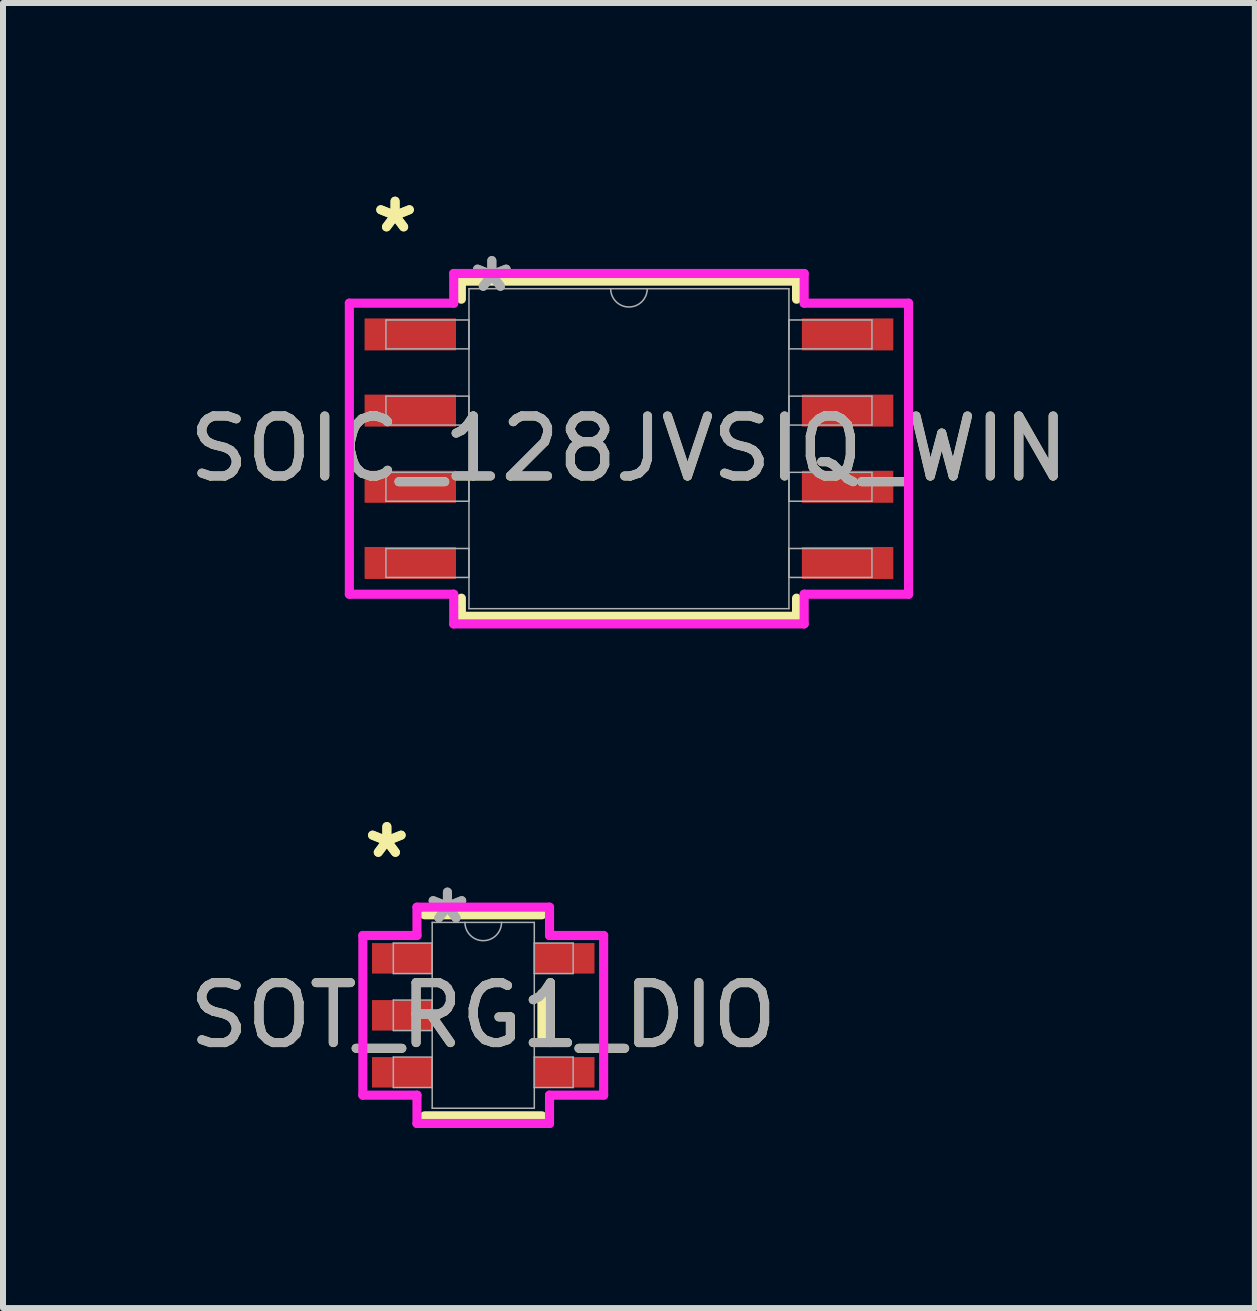
<source format=kicad_pcb>
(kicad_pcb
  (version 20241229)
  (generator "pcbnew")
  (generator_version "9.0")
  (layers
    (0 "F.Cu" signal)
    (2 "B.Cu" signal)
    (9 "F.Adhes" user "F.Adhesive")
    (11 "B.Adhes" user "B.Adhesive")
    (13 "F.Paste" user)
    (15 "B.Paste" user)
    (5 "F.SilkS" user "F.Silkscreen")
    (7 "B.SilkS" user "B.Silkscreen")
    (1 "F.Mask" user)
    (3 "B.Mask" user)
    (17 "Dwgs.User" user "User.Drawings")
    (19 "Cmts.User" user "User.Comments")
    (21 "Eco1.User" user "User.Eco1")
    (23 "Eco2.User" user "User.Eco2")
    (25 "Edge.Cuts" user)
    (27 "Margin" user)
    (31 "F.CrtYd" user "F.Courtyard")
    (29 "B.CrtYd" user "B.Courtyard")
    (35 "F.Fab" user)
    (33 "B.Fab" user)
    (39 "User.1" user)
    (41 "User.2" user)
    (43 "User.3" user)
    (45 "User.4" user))
  (footprint "SOT_RG1_DIO"
    (layer "F.Cu")
    (at 5.006 13.876)
    (property "Reference" "SOT_RG1_DIO" (at 0 0 0) (unlocked yes) (layer "F.SilkS") (effects (font (size 1 1) (thickness 0.15))))
    (attr smd)
    (fp_line (start -0.978 1.676) (end 0.978 1.676) (stroke (width 0.152) (type solid)) (layer "F.SilkS"))
    (fp_line (start 0.978 -1.676) (end -0.978 -1.676) (stroke (width 0.152) (type solid)) (layer "F.SilkS"))
    (fp_line (start 0.978 0.363) (end 0.978 -0.363) (stroke (width 0.152) (type solid)) (layer "F.SilkS"))
    (fp_line (start -2.007 -1.331) (end -1.105 -1.331) (stroke (width 0.152) (type solid)) (layer "F.CrtYd"))
    (fp_line (start -2.007 1.331) (end -2.007 -1.331) (stroke (width 0.152) (type solid)) (layer "F.CrtYd"))
    (fp_line (start -1.105 -1.803) (end 1.105 -1.803) (stroke (width 0.152) (type solid)) (layer "F.CrtYd"))
    (fp_line (start -1.105 -1.331) (end -1.105 -1.803) (stroke (width 0.152) (type solid)) (layer "F.CrtYd"))
    (fp_line (start -1.105 1.331) (end -2.007 1.331) (stroke (width 0.152) (type solid)) (layer "F.CrtYd"))
    (fp_line (start -1.105 1.803) (end -1.105 1.331) (stroke (width 0.152) (type solid)) (layer "F.CrtYd"))
    (fp_line (start 1.105 -1.803) (end 1.105 -1.331) (stroke (width 0.152) (type solid)) (layer "F.CrtYd"))
    (fp_line (start 1.105 -1.331) (end 2.007 -1.331) (stroke (width 0.152) (type solid)) (layer "F.CrtYd"))
    (fp_line (start 1.105 1.331) (end 1.105 1.803) (stroke (width 0.152) (type solid)) (layer "F.CrtYd"))
    (fp_line (start 1.105 1.803) (end -1.105 1.803) (stroke (width 0.152) (type solid)) (layer "F.CrtYd"))
    (fp_line (start 2.007 -1.331) (end 2.007 1.331) (stroke (width 0.152) (type solid)) (layer "F.CrtYd"))
    (fp_line (start 2.007 1.331) (end 1.105 1.331) (stroke (width 0.152) (type solid)) (layer "F.CrtYd"))
    (fp_line (start -1.499 -1.204) (end -1.499 -0.696) (stroke (width 0.025) (type solid)) (layer "F.Fab"))
    (fp_line (start -1.499 -0.696) (end -0.851 -0.696) (stroke (width 0.025) (type solid)) (layer "F.Fab"))
    (fp_line (start -1.499 -0.254) (end -1.499 0.254) (stroke (width 0.025) (type solid)) (layer "F.Fab"))
    (fp_line (start -1.499 0.254) (end -0.851 0.254) (stroke (width 0.025) (type solid)) (layer "F.Fab"))
    (fp_line (start -1.499 0.696) (end -1.499 1.204) (stroke (width 0.025) (type solid)) (layer "F.Fab"))
    (fp_line (start -1.499 1.204) (end -0.851 1.204) (stroke (width 0.025) (type solid)) (layer "F.Fab"))
    (fp_line (start -0.851 -1.549) (end -0.851 1.549) (stroke (width 0.025) (type solid)) (layer "F.Fab"))
    (fp_line (start -0.851 -1.204) (end -1.499 -1.204) (stroke (width 0.025) (type solid)) (layer "F.Fab"))
    (fp_line (start -0.851 -0.696) (end -0.851 -1.204) (stroke (width 0.025) (type solid)) (layer "F.Fab"))
    (fp_line (start -0.851 -0.254) (end -1.499 -0.254) (stroke (width 0.025) (type solid)) (layer "F.Fab"))
    (fp_line (start -0.851 0.254) (end -0.851 -0.254) (stroke (width 0.025) (type solid)) (layer "F.Fab"))
    (fp_line (start -0.851 0.696) (end -1.499 0.696) (stroke (width 0.025) (type solid)) (layer "F.Fab"))
    (fp_line (start -0.851 1.204) (end -0.851 0.696) (stroke (width 0.025) (type solid)) (layer "F.Fab"))
    (fp_line (start -0.851 1.549) (end 0.851 1.549) (stroke (width 0.025) (type solid)) (layer "F.Fab"))
    (fp_line (start 0.851 -1.549) (end -0.851 -1.549) (stroke (width 0.025) (type solid)) (layer "F.Fab"))
    (fp_line (start 0.851 -1.204) (end 0.851 -0.696) (stroke (width 0.025) (type solid)) (layer "F.Fab"))
    (fp_line (start 0.851 -0.696) (end 1.499 -0.696) (stroke (width 0.025) (type solid)) (layer "F.Fab"))
    (fp_line (start 0.851 0.696) (end 0.851 1.204) (stroke (width 0.025) (type solid)) (layer "F.Fab"))
    (fp_line (start 0.851 1.204) (end 1.499 1.204) (stroke (width 0.025) (type solid)) (layer "F.Fab"))
    (fp_line (start 0.851 1.549) (end 0.851 -1.549) (stroke (width 0.025) (type solid)) (layer "F.Fab"))
    (fp_line (start 1.499 -1.204) (end 0.851 -1.204) (stroke (width 0.025) (type solid)) (layer "F.Fab"))
    (fp_line (start 1.499 -0.696) (end 1.499 -1.204) (stroke (width 0.025) (type solid)) (layer "F.Fab"))
    (fp_line (start 1.499 0.696) (end 0.851 0.696) (stroke (width 0.025) (type solid)) (layer "F.Fab"))
    (fp_line (start 1.499 1.204) (end 1.499 0.696) (stroke (width 0.025) (type solid)) (layer "F.Fab"))
    (fp_arc (start 0.3048 -1.5494) (mid 0 -1.2446) (end -0.3048 -1.5494) (stroke (width 0.0254) (type solid)) (layer "F.Fab"))
    (fp_text user "*" (at -1.607 -2.601 0) (layer "F.SilkS") (effects (font (size 1 1) (thickness 0.15))))
    (fp_text user "*" (at -1.607 -2.601 0) (unlocked yes) (layer "F.SilkS") (effects (font (size 1 1) (thickness 0.15))))
    (fp_text user "*" (at -0.597 -1.509 0) (unlocked yes) (layer "F.Fab") (effects (font (size 1 1) (thickness 0.15))))
    (fp_text user "*" (at -0.597 -1.509 0) (layer "F.Fab") (effects (font (size 1 1) (thickness 0.15))))
    (fp_text user "${REFERENCE}" (at 0 0 0) (unlocked yes) (layer "F.Fab") (effects (font (size 1 1) (thickness 0.15))))
    (pad "1" smd rect (at -1.353 -0.95) (size 1.003 0.508) (layers "F.Cu" "F.Mask" "F.Paste"))
    (pad "2" smd rect (at -1.353 0) (size 1.003 0.508) (layers "F.Cu" "F.Mask" "F.Paste"))
    (pad "3" smd rect (at -1.353 0.95) (size 1.003 0.508) (layers "F.Cu" "F.Mask" "F.Paste"))
    (pad "4" smd rect (at 1.353 0.95) (size 1.003 0.508) (layers "F.Cu" "F.Mask" "F.Paste"))
    (pad "5" smd rect (at 1.353 -0.95) (size 1.003 0.508) (layers "F.Cu" "F.Mask" "F.Paste")))
  (footprint "SOIC_128JVSIQ_WIN"
    (layer "F.Cu")
    (at 7.435 4.43)
    (property "Reference" "SOIC_128JVSIQ_WIN" (at 0 0 0) (unlocked yes) (layer "F.SilkS") (effects (font (size 1 1) (thickness 0.15))))
    (attr smd)
    (fp_line (start -2.794 -2.794) (end -2.794 -2.492) (stroke (width 0.152) (type solid)) (layer "F.SilkS"))
    (fp_line (start -2.794 2.492) (end -2.794 2.794) (stroke (width 0.152) (type solid)) (layer "F.SilkS"))
    (fp_line (start -2.794 2.794) (end 2.794 2.794) (stroke (width 0.152) (type solid)) (layer "F.SilkS"))
    (fp_line (start 2.794 -2.794) (end -2.794 -2.794) (stroke (width 0.152) (type solid)) (layer "F.SilkS"))
    (fp_line (start 2.794 -2.492) (end 2.794 -2.794) (stroke (width 0.152) (type solid)) (layer "F.SilkS"))
    (fp_line (start 2.794 2.794) (end 2.794 2.492) (stroke (width 0.152) (type solid)) (layer "F.SilkS"))
    (fp_line (start -4.661 -2.426) (end -2.921 -2.426) (stroke (width 0.152) (type solid)) (layer "F.CrtYd"))
    (fp_line (start -4.661 2.426) (end -4.661 -2.426) (stroke (width 0.152) (type solid)) (layer "F.CrtYd"))
    (fp_line (start -4.661 2.426) (end -2.921 2.426) (stroke (width 0.152) (type solid)) (layer "F.CrtYd"))
    (fp_line (start -2.921 -2.921) (end 2.921 -2.921) (stroke (width 0.152) (type solid)) (layer "F.CrtYd"))
    (fp_line (start -2.921 -2.426) (end -2.921 -2.921) (stroke (width 0.152) (type solid)) (layer "F.CrtYd"))
    (fp_line (start -2.921 2.921) (end -2.921 2.426) (stroke (width 0.152) (type solid)) (layer "F.CrtYd"))
    (fp_line (start 2.921 -2.921) (end 2.921 -2.426) (stroke (width 0.152) (type solid)) (layer "F.CrtYd"))
    (fp_line (start 2.921 2.426) (end 2.921 2.921) (stroke (width 0.152) (type solid)) (layer "F.CrtYd"))
    (fp_line (start 2.921 2.921) (end -2.921 2.921) (stroke (width 0.152) (type solid)) (layer "F.CrtYd"))
    (fp_line (start 4.661 -2.426) (end 2.921 -2.426) (stroke (width 0.152) (type solid)) (layer "F.CrtYd"))
    (fp_line (start 4.661 -2.426) (end 4.661 2.426) (stroke (width 0.152) (type solid)) (layer "F.CrtYd"))
    (fp_line (start 4.661 2.426) (end 2.921 2.426) (stroke (width 0.152) (type solid)) (layer "F.CrtYd"))
    (fp_line (start -4.051 -2.146) (end -4.051 -1.664) (stroke (width 0.025) (type solid)) (layer "F.Fab"))
    (fp_line (start -4.051 -1.664) (end -2.667 -1.664) (stroke (width 0.025) (type solid)) (layer "F.Fab"))
    (fp_line (start -4.051 -0.876) (end -4.051 -0.394) (stroke (width 0.025) (type solid)) (layer "F.Fab"))
    (fp_line (start -4.051 -0.394) (end -2.667 -0.394) (stroke (width 0.025) (type solid)) (layer "F.Fab"))
    (fp_line (start -4.051 0.394) (end -4.051 0.876) (stroke (width 0.025) (type solid)) (layer "F.Fab"))
    (fp_line (start -4.051 0.876) (end -2.667 0.876) (stroke (width 0.025) (type solid)) (layer "F.Fab"))
    (fp_line (start -4.051 1.664) (end -4.051 2.146) (stroke (width 0.025) (type solid)) (layer "F.Fab"))
    (fp_line (start -4.051 2.146) (end -2.667 2.146) (stroke (width 0.025) (type solid)) (layer "F.Fab"))
    (fp_line (start -2.667 -2.667) (end -2.667 2.667) (stroke (width 0.025) (type solid)) (layer "F.Fab"))
    (fp_line (start -2.667 -2.146) (end -4.051 -2.146) (stroke (width 0.025) (type solid)) (layer "F.Fab"))
    (fp_line (start -2.667 -1.664) (end -2.667 -2.146) (stroke (width 0.025) (type solid)) (layer "F.Fab"))
    (fp_line (start -2.667 -0.876) (end -4.051 -0.876) (stroke (width 0.025) (type solid)) (layer "F.Fab"))
    (fp_line (start -2.667 -0.394) (end -2.667 -0.876) (stroke (width 0.025) (type solid)) (layer "F.Fab"))
    (fp_line (start -2.667 0.394) (end -4.051 0.394) (stroke (width 0.025) (type solid)) (layer "F.Fab"))
    (fp_line (start -2.667 0.876) (end -2.667 0.394) (stroke (width 0.025) (type solid)) (layer "F.Fab"))
    (fp_line (start -2.667 1.664) (end -4.051 1.664) (stroke (width 0.025) (type solid)) (layer "F.Fab"))
    (fp_line (start -2.667 2.146) (end -2.667 1.664) (stroke (width 0.025) (type solid)) (layer "F.Fab"))
    (fp_line (start -2.667 2.667) (end 2.667 2.667) (stroke (width 0.025) (type solid)) (layer "F.Fab"))
    (fp_line (start 2.667 -2.667) (end -2.667 -2.667) (stroke (width 0.025) (type solid)) (layer "F.Fab"))
    (fp_line (start 2.667 -2.146) (end 2.667 -1.664) (stroke (width 0.025) (type solid)) (layer "F.Fab"))
    (fp_line (start 2.667 -1.664) (end 4.051 -1.664) (stroke (width 0.025) (type solid)) (layer "F.Fab"))
    (fp_line (start 2.667 -0.876) (end 2.667 -0.394) (stroke (width 0.025) (type solid)) (layer "F.Fab"))
    (fp_line (start 2.667 -0.394) (end 4.051 -0.394) (stroke (width 0.025) (type solid)) (layer "F.Fab"))
    (fp_line (start 2.667 0.394) (end 2.667 0.876) (stroke (width 0.025) (type solid)) (layer "F.Fab"))
    (fp_line (start 2.667 0.876) (end 4.051 0.876) (stroke (width 0.025) (type solid)) (layer "F.Fab"))
    (fp_line (start 2.667 1.664) (end 2.667 2.146) (stroke (width 0.025) (type solid)) (layer "F.Fab"))
    (fp_line (start 2.667 2.146) (end 4.051 2.146) (stroke (width 0.025) (type solid)) (layer "F.Fab"))
    (fp_line (start 2.667 2.667) (end 2.667 -2.667) (stroke (width 0.025) (type solid)) (layer "F.Fab"))
    (fp_line (start 4.051 -2.146) (end 2.667 -2.146) (stroke (width 0.025) (type solid)) (layer "F.Fab"))
    (fp_line (start 4.051 -1.664) (end 4.051 -2.146) (stroke (width 0.025) (type solid)) (layer "F.Fab"))
    (fp_line (start 4.051 -0.876) (end 2.667 -0.876) (stroke (width 0.025) (type solid)) (layer "F.Fab"))
    (fp_line (start 4.051 -0.394) (end 4.051 -0.876) (stroke (width 0.025) (type solid)) (layer "F.Fab"))
    (fp_line (start 4.051 0.394) (end 2.667 0.394) (stroke (width 0.025) (type solid)) (layer "F.Fab"))
    (fp_line (start 4.051 0.876) (end 4.051 0.394) (stroke (width 0.025) (type solid)) (layer "F.Fab"))
    (fp_line (start 4.051 1.664) (end 2.667 1.664) (stroke (width 0.025) (type solid)) (layer "F.Fab"))
    (fp_line (start 4.051 2.146) (end 4.051 1.664) (stroke (width 0.025) (type solid)) (layer "F.Fab"))
    (fp_arc (start 0.3048 -2.667) (mid 0 -2.3622) (end -0.3048 -2.667) (stroke (width 0.0254) (type solid)) (layer "F.Fab"))
    (fp_text user "*" (at -3.899 -3.581 0) (layer "F.SilkS") (effects (font (size 1 1) (thickness 0.15))))
    (fp_text user "*" (at -3.899 -3.581 0) (unlocked yes) (layer "F.SilkS") (effects (font (size 1 1) (thickness 0.15))))
    (fp_text user "*" (at -2.286 -2.591 0) (unlocked yes) (layer "F.Fab") (effects (font (size 1 1) (thickness 0.15))))
    (fp_text user "*" (at -2.286 -2.591 0) (layer "F.Fab") (effects (font (size 1 1) (thickness 0.15))))
    (fp_text user "${REFERENCE}" (at 0 0 0) (unlocked yes) (layer "F.Fab") (effects (font (size 1 1) (thickness 0.15))))
    (pad "1" smd rect (at -3.645 -1.905) (size 1.524 0.533) (layers "F.Cu" "F.Mask" "F.Paste"))
    (pad "2" smd rect (at -3.645 -0.635) (size 1.524 0.533) (layers "F.Cu" "F.Mask" "F.Paste"))
    (pad "3" smd rect (at -3.645 0.635) (size 1.524 0.533) (layers "F.Cu" "F.Mask" "F.Paste"))
    (pad "4" smd rect (at -3.645 1.905) (size 1.524 0.533) (layers "F.Cu" "F.Mask" "F.Paste"))
    (pad "5" smd rect (at 3.645 1.905) (size 1.524 0.533) (layers "F.Cu" "F.Mask" "F.Paste"))
    (pad "6" smd rect (at 3.645 0.635) (size 1.524 0.533) (layers "F.Cu" "F.Mask" "F.Paste"))
    (pad "7" smd rect (at 3.645 -0.635) (size 1.524 0.533) (layers "F.Cu" "F.Mask" "F.Paste"))
    (pad "8" smd rect (at 3.645 -1.905) (size 1.524 0.533) (layers "F.Cu" "F.Mask" "F.Paste")))
  (gr_rect
    (start -3 -3)
    (end 17.869 18.756)
    (stroke (width 0.1) (type default))
    (fill no)
    (layer "Edge.Cuts")))
</source>
